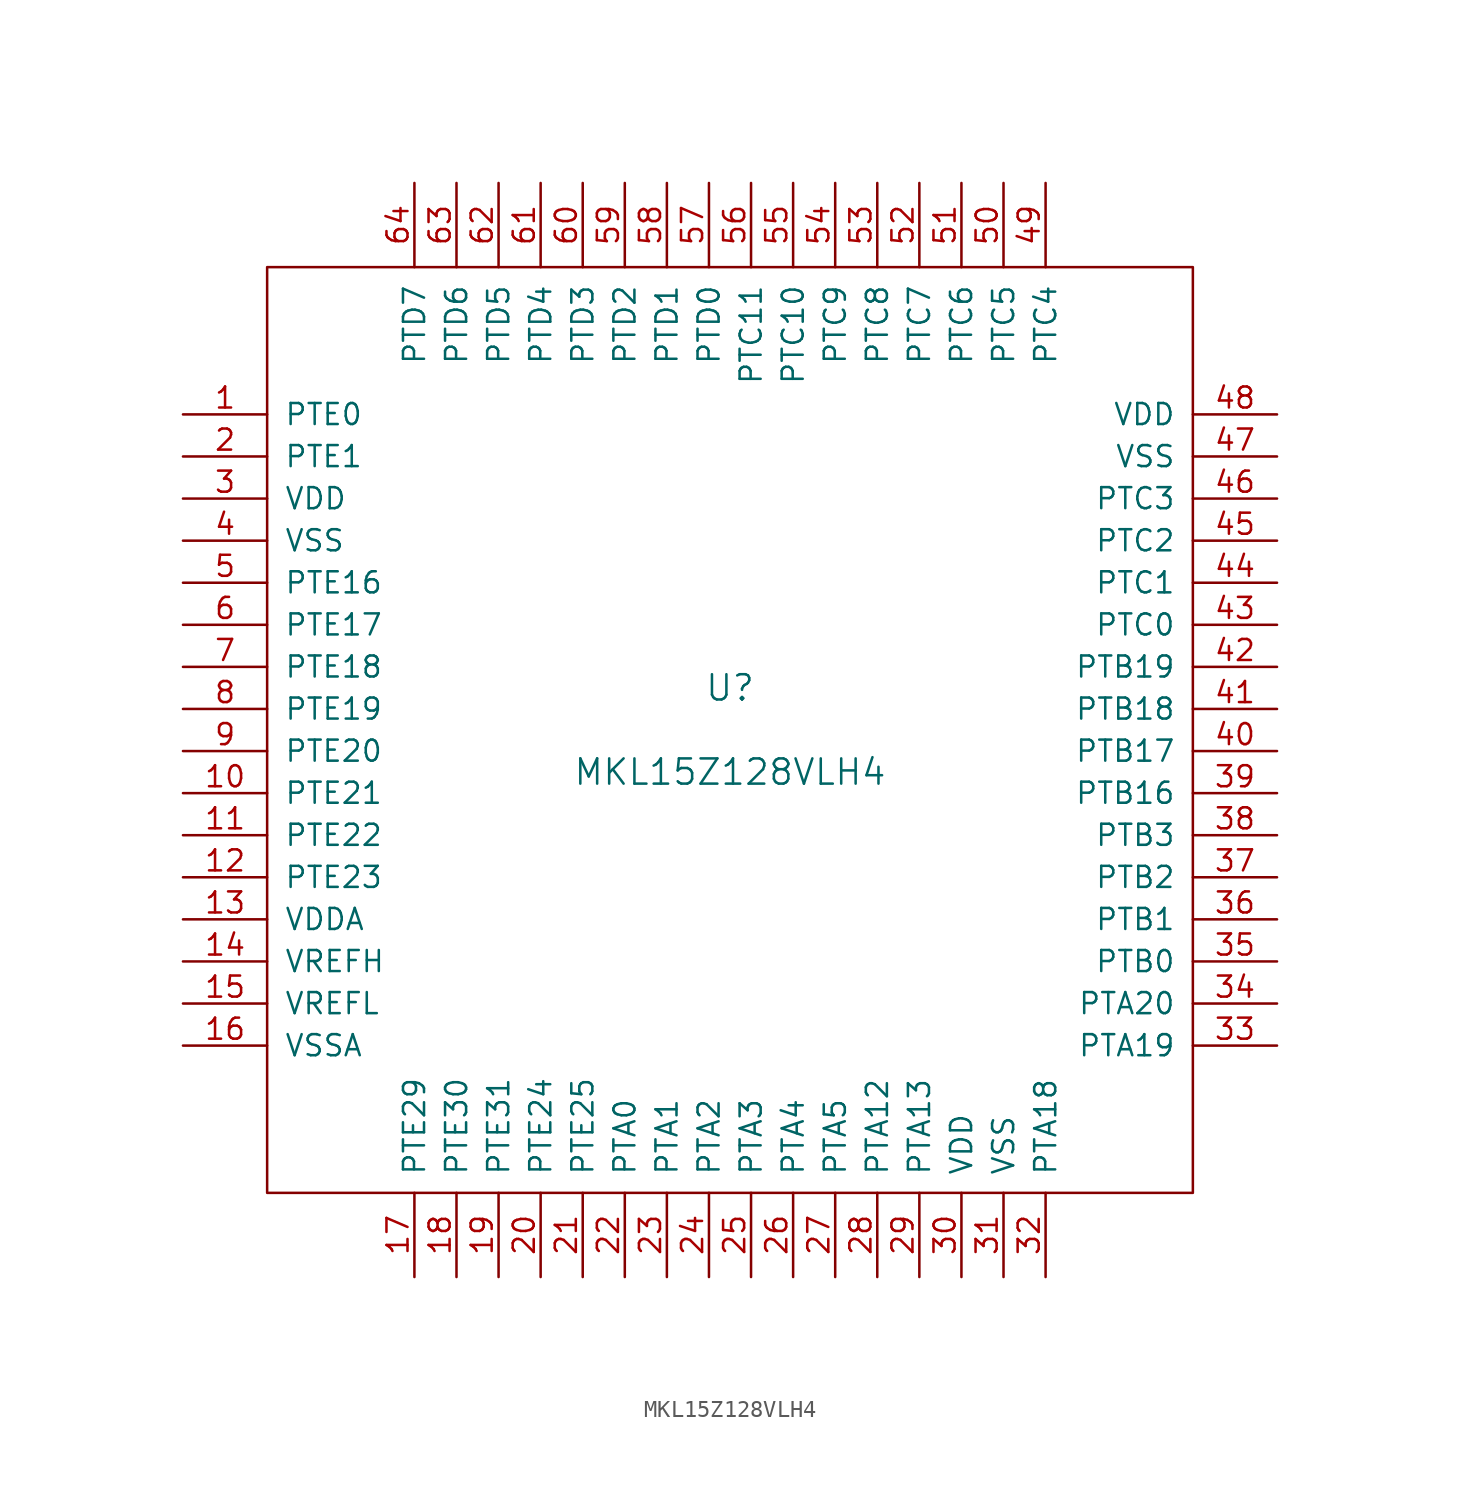
<source format=kicad_sym>
(kicad_symbol_lib
  (version 20201005)
  (generator kicad_symbol_editor)
  (symbol "MKL15Z128VLH4"
    (pin_names
      (offset 1.016))
    (property "Reference" "U"
      (at 0 2.54 0)
      (effects (font (size 1.524 1.524))))
    (property "Value" "MKL15Z128VLH4"
      (at 0 -2.54 0)
      (effects (font (size 1.524 1.524))))
    (symbol "MKL15Z128VLH4_0_1"
      (rectangle (start -27.94 27.94) (end 27.94 -27.94) (stroke (width 0)) (fill (type none))))
    (symbol "MKL15Z128VLH4_1_1"
      (pin bidirectional line (at -33.02 19.05 0) (length 5.08) (name "PTE0" (effects (font (size 1.27 1.27)))) (number "1" (effects (font (size 1.27 1.27)))))
      (pin bidirectional line (at -33.02 -3.81 0) (length 5.08) (name "PTE21" (effects (font (size 1.27 1.27)))) (number "10" (effects (font (size 1.27 1.27)))))
      (pin bidirectional line (at -33.02 -6.35 0) (length 5.08) (name "PTE22" (effects (font (size 1.27 1.27)))) (number "11" (effects (font (size 1.27 1.27)))))
      (pin bidirectional line (at -33.02 -8.89 0) (length 5.08) (name "PTE23" (effects (font (size 1.27 1.27)))) (number "12" (effects (font (size 1.27 1.27)))))
      (pin power_in line (at -33.02 -11.43 0) (length 5.08) (name "VDDA" (effects (font (size 1.27 1.27)))) (number "13" (effects (font (size 1.27 1.27)))))
      (pin power_in line (at -33.02 -13.97 0) (length 5.08) (name "VREFH" (effects (font (size 1.27 1.27)))) (number "14" (effects (font (size 1.27 1.27)))))
      (pin power_in line (at -33.02 -16.51 0) (length 5.08) (name "VREFL" (effects (font (size 1.27 1.27)))) (number "15" (effects (font (size 1.27 1.27)))))
      (pin power_in line (at -33.02 -19.05 0) (length 5.08) (name "VSSA" (effects (font (size 1.27 1.27)))) (number "16" (effects (font (size 1.27 1.27)))))
      (pin bidirectional line (at -19.05 -33.02 90) (length 5.08) (name "PTE29" (effects (font (size 1.27 1.27)))) (number "17" (effects (font (size 1.27 1.27)))))
      (pin bidirectional line (at -16.51 -33.02 90) (length 5.08) (name "PTE30" (effects (font (size 1.27 1.27)))) (number "18" (effects (font (size 1.27 1.27)))))
      (pin bidirectional line (at -13.97 -33.02 90) (length 5.08) (name "PTE31" (effects (font (size 1.27 1.27)))) (number "19" (effects (font (size 1.27 1.27)))))
      (pin bidirectional line (at -33.02 16.51 0) (length 5.08) (name "PTE1" (effects (font (size 1.27 1.27)))) (number "2" (effects (font (size 1.27 1.27)))))
      (pin bidirectional line (at -11.43 -33.02 90) (length 5.08) (name "PTE24" (effects (font (size 1.27 1.27)))) (number "20" (effects (font (size 1.27 1.27)))))
      (pin bidirectional line (at -8.89 -33.02 90) (length 5.08) (name "PTE25" (effects (font (size 1.27 1.27)))) (number "21" (effects (font (size 1.27 1.27)))))
      (pin bidirectional line (at -6.35 -33.02 90) (length 5.08) (name "PTA0" (effects (font (size 1.27 1.27)))) (number "22" (effects (font (size 1.27 1.27)))))
      (pin bidirectional line (at -3.81 -33.02 90) (length 5.08) (name "PTA1" (effects (font (size 1.27 1.27)))) (number "23" (effects (font (size 1.27 1.27)))))
      (pin bidirectional line (at -1.27 -33.02 90) (length 5.08) (name "PTA2" (effects (font (size 1.27 1.27)))) (number "24" (effects (font (size 1.27 1.27)))))
      (pin bidirectional line (at 1.27 -33.02 90) (length 5.08) (name "PTA3" (effects (font (size 1.27 1.27)))) (number "25" (effects (font (size 1.27 1.27)))))
      (pin bidirectional line (at 3.81 -33.02 90) (length 5.08) (name "PTA4" (effects (font (size 1.27 1.27)))) (number "26" (effects (font (size 1.27 1.27)))))
      (pin bidirectional line (at 6.35 -33.02 90) (length 5.08) (name "PTA5" (effects (font (size 1.27 1.27)))) (number "27" (effects (font (size 1.27 1.27)))))
      (pin bidirectional line (at 8.89 -33.02 90) (length 5.08) (name "PTA12" (effects (font (size 1.27 1.27)))) (number "28" (effects (font (size 1.27 1.27)))))
      (pin bidirectional line (at 11.43 -33.02 90) (length 5.08) (name "PTA13" (effects (font (size 1.27 1.27)))) (number "29" (effects (font (size 1.27 1.27)))))
      (pin power_in line (at -33.02 13.97 0) (length 5.08) (name "VDD" (effects (font (size 1.27 1.27)))) (number "3" (effects (font (size 1.27 1.27)))))
      (pin power_in line (at 13.97 -33.02 90) (length 5.08) (name "VDD" (effects (font (size 1.27 1.27)))) (number "30" (effects (font (size 1.27 1.27)))))
      (pin power_in line (at 16.51 -33.02 90) (length 5.08) (name "VSS" (effects (font (size 1.27 1.27)))) (number "31" (effects (font (size 1.27 1.27)))))
      (pin bidirectional line (at 19.05 -33.02 90) (length 5.08) (name "PTA18" (effects (font (size 1.27 1.27)))) (number "32" (effects (font (size 1.27 1.27)))))
      (pin bidirectional line (at 33.02 -19.05 180) (length 5.08) (name "PTA19" (effects (font (size 1.27 1.27)))) (number "33" (effects (font (size 1.27 1.27)))))
      (pin bidirectional line (at 33.02 -16.51 180) (length 5.08) (name "PTA20" (effects (font (size 1.27 1.27)))) (number "34" (effects (font (size 1.27 1.27)))))
      (pin input line (at 33.02 -13.97 180) (length 5.08) (name "PTB0" (effects (font (size 1.27 1.27)))) (number "35" (effects (font (size 1.27 1.27)))))
      (pin input line (at 33.02 -11.43 180) (length 5.08) (name "PTB1" (effects (font (size 1.27 1.27)))) (number "36" (effects (font (size 1.27 1.27)))))
      (pin bidirectional line (at 33.02 -8.89 180) (length 5.08) (name "PTB2" (effects (font (size 1.27 1.27)))) (number "37" (effects (font (size 1.27 1.27)))))
      (pin bidirectional line (at 33.02 -6.35 180) (length 5.08) (name "PTB3" (effects (font (size 1.27 1.27)))) (number "38" (effects (font (size 1.27 1.27)))))
      (pin bidirectional line (at 33.02 -3.81 180) (length 5.08) (name "PTB16" (effects (font (size 1.27 1.27)))) (number "39" (effects (font (size 1.27 1.27)))))
      (pin power_in line (at -33.02 11.43 0) (length 5.08) (name "VSS" (effects (font (size 1.27 1.27)))) (number "4" (effects (font (size 1.27 1.27)))))
      (pin bidirectional line (at 33.02 -1.27 180) (length 5.08) (name "PTB17" (effects (font (size 1.27 1.27)))) (number "40" (effects (font (size 1.27 1.27)))))
      (pin bidirectional line (at 33.02 1.27 180) (length 5.08) (name "PTB18" (effects (font (size 1.27 1.27)))) (number "41" (effects (font (size 1.27 1.27)))))
      (pin bidirectional line (at 33.02 3.81 180) (length 5.08) (name "PTB19" (effects (font (size 1.27 1.27)))) (number "42" (effects (font (size 1.27 1.27)))))
      (pin bidirectional line (at 33.02 6.35 180) (length 5.08) (name "PTC0" (effects (font (size 1.27 1.27)))) (number "43" (effects (font (size 1.27 1.27)))))
      (pin power_in line (at 33.02 8.89 180) (length 5.08) (name "PTC1" (effects (font (size 1.27 1.27)))) (number "44" (effects (font (size 1.27 1.27)))))
      (pin bidirectional line (at 33.02 11.43 180) (length 5.08) (name "PTC2" (effects (font (size 1.27 1.27)))) (number "45" (effects (font (size 1.27 1.27)))))
      (pin bidirectional line (at 33.02 13.97 180) (length 5.08) (name "PTC3" (effects (font (size 1.27 1.27)))) (number "46" (effects (font (size 1.27 1.27)))))
      (pin power_in line (at 33.02 16.51 180) (length 5.08) (name "VSS" (effects (font (size 1.27 1.27)))) (number "47" (effects (font (size 1.27 1.27)))))
      (pin power_in line (at 33.02 19.05 180) (length 5.08) (name "VDD" (effects (font (size 1.27 1.27)))) (number "48" (effects (font (size 1.27 1.27)))))
      (pin bidirectional line (at 19.05 33.02 270) (length 5.08) (name "PTC4" (effects (font (size 1.27 1.27)))) (number "49" (effects (font (size 1.27 1.27)))))
      (pin bidirectional line (at -33.02 8.89 0) (length 5.08) (name "PTE16" (effects (font (size 1.27 1.27)))) (number "5" (effects (font (size 1.27 1.27)))))
      (pin bidirectional line (at 16.51 33.02 270) (length 5.08) (name "PTC5" (effects (font (size 1.27 1.27)))) (number "50" (effects (font (size 1.27 1.27)))))
      (pin bidirectional line (at 13.97 33.02 270) (length 5.08) (name "PTC6" (effects (font (size 1.27 1.27)))) (number "51" (effects (font (size 1.27 1.27)))))
      (pin bidirectional line (at 11.43 33.02 270) (length 5.08) (name "PTC7" (effects (font (size 1.27 1.27)))) (number "52" (effects (font (size 1.27 1.27)))))
      (pin bidirectional line (at 8.89 33.02 270) (length 5.08) (name "PTC8" (effects (font (size 1.27 1.27)))) (number "53" (effects (font (size 1.27 1.27)))))
      (pin power_in line (at 6.35 33.02 270) (length 5.08) (name "PTC9" (effects (font (size 1.27 1.27)))) (number "54" (effects (font (size 1.27 1.27)))))
      (pin bidirectional line (at 3.81 33.02 270) (length 5.08) (name "PTC10" (effects (font (size 1.27 1.27)))) (number "55" (effects (font (size 1.27 1.27)))))
      (pin bidirectional line (at 1.27 33.02 270) (length 5.08) (name "PTC11" (effects (font (size 1.27 1.27)))) (number "56" (effects (font (size 1.27 1.27)))))
      (pin bidirectional line (at -1.27 33.02 270) (length 5.08) (name "PTD0" (effects (font (size 1.27 1.27)))) (number "57" (effects (font (size 1.27 1.27)))))
      (pin bidirectional line (at -3.81 33.02 270) (length 5.08) (name "PTD1" (effects (font (size 1.27 1.27)))) (number "58" (effects (font (size 1.27 1.27)))))
      (pin bidirectional line (at -6.35 33.02 270) (length 5.08) (name "PTD2" (effects (font (size 1.27 1.27)))) (number "59" (effects (font (size 1.27 1.27)))))
      (pin bidirectional line (at -33.02 6.35 0) (length 5.08) (name "PTE17" (effects (font (size 1.27 1.27)))) (number "6" (effects (font (size 1.27 1.27)))))
      (pin bidirectional line (at -8.89 33.02 270) (length 5.08) (name "PTD3" (effects (font (size 1.27 1.27)))) (number "60" (effects (font (size 1.27 1.27)))))
      (pin bidirectional line (at -11.43 33.02 270) (length 5.08) (name "PTD4" (effects (font (size 1.27 1.27)))) (number "61" (effects (font (size 1.27 1.27)))))
      (pin bidirectional line (at -13.97 33.02 270) (length 5.08) (name "PTD5" (effects (font (size 1.27 1.27)))) (number "62" (effects (font (size 1.27 1.27)))))
      (pin bidirectional line (at -16.51 33.02 270) (length 5.08) (name "PTD6" (effects (font (size 1.27 1.27)))) (number "63" (effects (font (size 1.27 1.27)))))
      (pin bidirectional line (at -19.05 33.02 270) (length 5.08) (name "PTD7" (effects (font (size 1.27 1.27)))) (number "64" (effects (font (size 1.27 1.27)))))
      (pin bidirectional line (at -33.02 3.81 0) (length 5.08) (name "PTE18" (effects (font (size 1.27 1.27)))) (number "7" (effects (font (size 1.27 1.27)))))
      (pin bidirectional line (at -33.02 1.27 0) (length 5.08) (name "PTE19" (effects (font (size 1.27 1.27)))) (number "8" (effects (font (size 1.27 1.27)))))
      (pin bidirectional line (at -33.02 -1.27 0) (length 5.08) (name "PTE20" (effects (font (size 1.27 1.27)))) (number "9" (effects (font (size 1.27 1.27))))))))
</source>
